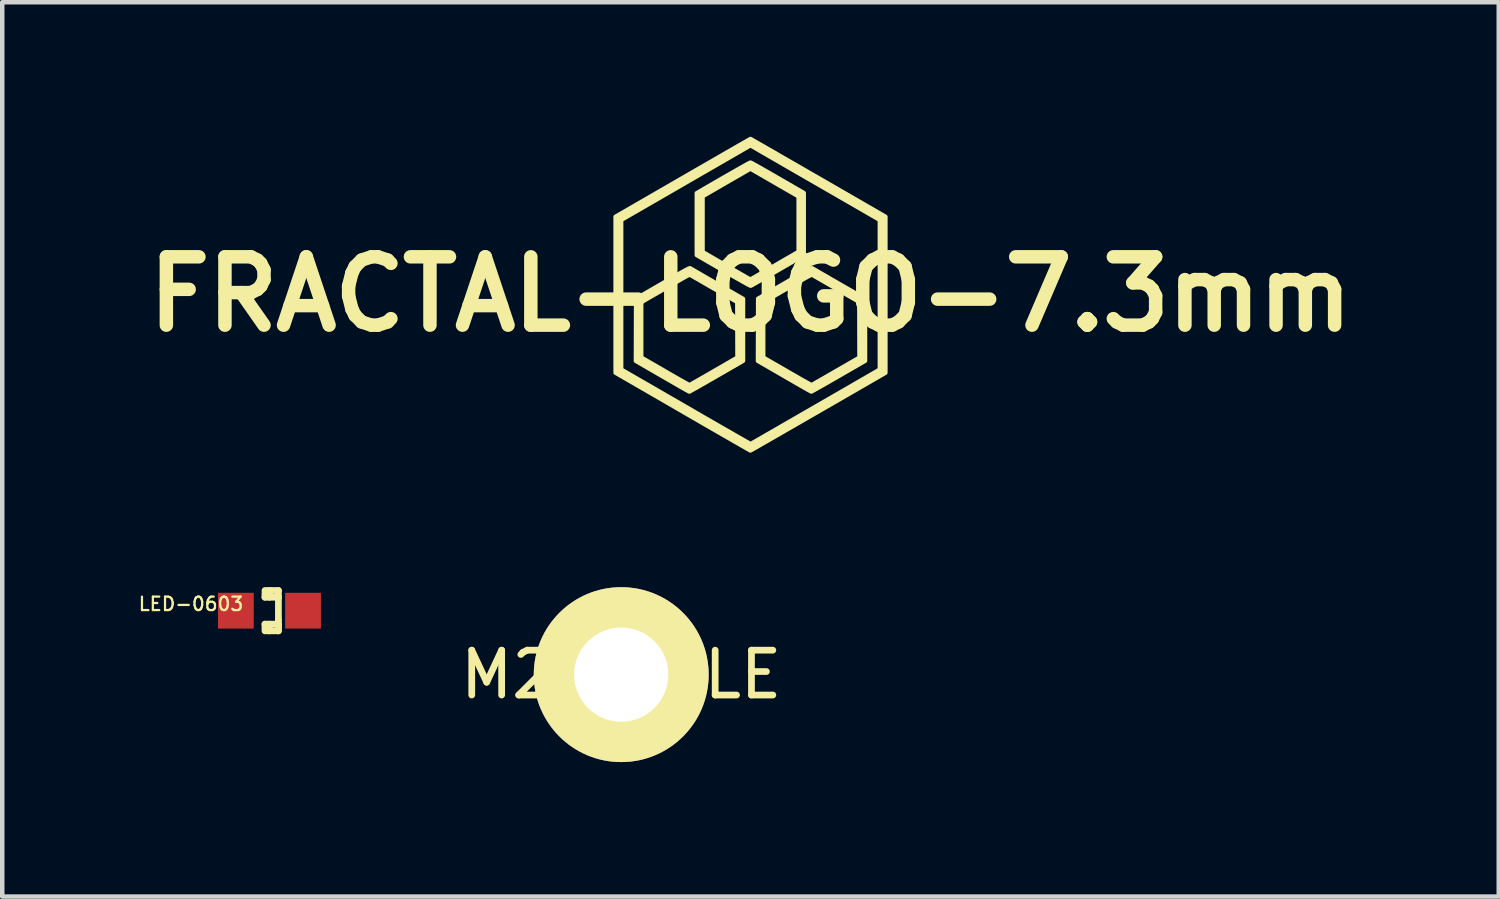
<source format=kicad_pcb>
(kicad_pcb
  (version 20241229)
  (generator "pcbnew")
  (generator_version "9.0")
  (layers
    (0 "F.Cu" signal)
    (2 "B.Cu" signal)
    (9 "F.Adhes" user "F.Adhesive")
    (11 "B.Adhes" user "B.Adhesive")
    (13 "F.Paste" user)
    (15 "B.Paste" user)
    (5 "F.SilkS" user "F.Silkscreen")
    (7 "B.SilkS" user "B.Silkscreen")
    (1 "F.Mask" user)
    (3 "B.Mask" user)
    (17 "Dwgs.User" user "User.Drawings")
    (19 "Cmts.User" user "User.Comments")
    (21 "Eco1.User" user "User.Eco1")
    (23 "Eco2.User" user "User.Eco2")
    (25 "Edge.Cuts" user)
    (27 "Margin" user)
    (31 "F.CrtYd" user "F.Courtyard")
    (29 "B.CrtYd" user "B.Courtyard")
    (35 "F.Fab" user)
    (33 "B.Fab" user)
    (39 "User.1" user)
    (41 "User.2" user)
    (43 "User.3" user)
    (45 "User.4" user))
  (footprint "LED-0603"
    (layer "F.Cu")
    (at 2.959 10.569)
    (property "Reference" "LED-0603" (at -1.75 -0.15 0) (layer "F.SilkS") (effects (font (size 0.3 0.3) (thickness 0.05))))
    (attr smd)
    (fp_line (start -0.1 -0.45) (end 0.2 -0.45) (stroke (width 0.15) (type solid)) (layer "F.SilkS"))
    (fp_line (start -0.1 -0.3) (end -0.1 -0.4) (stroke (width 0.15) (type solid)) (layer "F.SilkS"))
    (fp_line (start -0.1 -0.3) (end 0.2 -0.3) (stroke (width 0.15) (type solid)) (layer "F.SilkS"))
    (fp_line (start -0.1 0.3) (end 0.2 0.3) (stroke (width 0.15) (type solid)) (layer "F.SilkS"))
    (fp_line (start -0.1 0.3) (end -0.1 0.4) (stroke (width 0.15) (type solid)) (layer "F.SilkS"))
    (fp_line (start -0.1 0.45) (end 0.2 0.45) (stroke (width 0.15) (type solid)) (layer "F.SilkS"))
    (fp_line (start 0 -0.45) (end 0 -0.3) (stroke (width 0.15) (type solid)) (layer "F.SilkS"))
    (fp_line (start 0 0.3) (end 0 0.45) (stroke (width 0.15) (type solid)) (layer "F.SilkS"))
    (fp_line (start 0.2 -0.45) (end 0.2 -0.3) (stroke (width 0.15) (type solid)) (layer "F.SilkS"))
    (fp_line (start 0.2 0.3) (end 0.2 0.45) (stroke (width 0.15) (type solid)) (layer "F.SilkS"))
    (fp_line (start 0.2 -0.3) (end 0.2 0.2) (stroke (width 0.15) (type solid)) (layer "F.SilkS"))
    (fp_line (start 0.2 0.2) (end 0.2 0.4) (stroke (width 0.15) (type solid)) (layer "F.SilkS"))
    (pad "1" smd rect (at -0.749 0) (size 0.798 0.798) (layers "F.Cu" "F.Mask" "F.Paste"))
    (pad "2" smd rect (at 0.749 0) (size 0.798 0.798) (layers "F.Cu" "F.Mask" "F.Paste")))
  (footprint "FRACTAL-LOGO-7.3mm"
    (layer "F.Cu")
    (at 13.687 3.512)
    (property "Reference" "FRACTAL-LOGO-7.3mm" (at 0 0 0) (layer "F.SilkS") (effects (font (size 1.524 1.524) (thickness 0.3))))
    (attr through_hole)
    (fp_poly (pts (xy 1.187 -0.87) (xy 1.074 -0.805) (xy 1.074 -0.946) (xy 1.074 -1.564) (xy 1.074 -2.182) (xy 0.536 -2.492) (xy -0.001 -2.803) (xy -0.14 -2.723) (xy -0.172 -2.704) (xy -0.215 -2.679) (xy -0.267 -2.649) (xy -0.327 -2.615) (xy -0.393 -2.577) (xy -0.464 -2.536) (xy -0.537 -2.494) (xy -0.612 -2.451) (xy -0.675 -2.414) (xy -1.07 -2.185) (xy -1.07 -1.564) (xy -1.07 -0.942) (xy -0.541 -0.635) (xy -0.46 -0.588) (xy -0.383 -0.544) (xy -0.311 -0.502) (xy -0.244 -0.464) (xy -0.183 -0.429) (xy -0.13 -0.398) (xy -0.085 -0.372) (xy -0.049 -0.352) (xy -0.023 -0.337) (xy -0.008 -0.329) (xy -0.005 -0.327) (xy 0.002 -0.331) (xy 0.021 -0.341) (xy 0.051 -0.357) (xy 0.09 -0.379) (xy 0.138 -0.407) (xy 0.194 -0.439) (xy 0.257 -0.475) (xy 0.326 -0.514) (xy 0.4 -0.557) (xy 0.479 -0.602) (xy 0.538 -0.636) (xy 1.074 -0.946) (xy 1.074 -0.805) (xy 0.602 -0.532) (xy 0.518 -0.483) (xy 0.436 -0.436) (xy 0.359 -0.391) (xy 0.287 -0.35) (xy 0.221 -0.313) (xy 0.162 -0.279) (xy 0.111 -0.25) (xy 0.069 -0.226) (xy 0.037 -0.208) (xy 0.015 -0.196) (xy 0.004 -0.191) (xy 0.004 -0.191) (xy -0.005 -0.194) (xy -0.027 -0.205) (xy -0.06 -0.222) (xy -0.105 -0.247) (xy -0.162 -0.278) (xy -0.23 -0.317) (xy -0.309 -0.362) (xy -0.4 -0.413) (xy -0.501 -0.471) (xy -0.604 -0.531) (xy -1.197 -0.874) (xy -1.197 -1.564) (xy -1.197 -2.254) (xy -0.608 -2.595) (xy -0.506 -2.653) (xy -0.412 -2.707) (xy -0.326 -2.756) (xy -0.249 -2.8) (xy -0.182 -2.838) (xy -0.124 -2.87) (xy -0.077 -2.896) (xy -0.04 -2.916) (xy -0.015 -2.929) (xy -0.002 -2.935) (xy 0 -2.935) (xy 0.009 -2.931) (xy 0.03 -2.921) (xy 0.061 -2.904) (xy 0.103 -2.881) (xy 0.153 -2.853) (xy 0.212 -2.82) (xy 0.279 -2.782) (xy 0.352 -2.74) (xy 0.431 -2.695) (xy 0.515 -2.647) (xy 0.602 -2.596) (xy 1.187 -2.258) (xy 1.187 -1.564) (xy 1.187 -0.87)) (stroke (width 0.1) (type solid)) (fill yes) (layer "F.SilkS"))
    (fp_poly (pts (xy 2.555 0.103) (xy 2.554 0.794) (xy 2.554 1.484) (xy 2.431 1.555) (xy 2.431 1.414) (xy 2.429 0.793) (xy 2.428 0.171) (xy 1.909 -0.129) (xy 1.829 -0.175) (xy 1.752 -0.219) (xy 1.68 -0.261) (xy 1.613 -0.3) (xy 1.552 -0.335) (xy 1.499 -0.365) (xy 1.454 -0.391) (xy 1.418 -0.412) (xy 1.392 -0.427) (xy 1.377 -0.435) (xy 1.374 -0.437) (xy 1.37 -0.438) (xy 1.364 -0.437) (xy 1.354 -0.433) (xy 1.341 -0.427) (xy 1.322 -0.419) (xy 1.298 -0.406) (xy 1.268 -0.39) (xy 1.231 -0.369) (xy 1.186 -0.344) (xy 1.132 -0.314) (xy 1.069 -0.277) (xy 0.996 -0.235) (xy 0.911 -0.187) (xy 0.82 -0.134) (xy 0.283 0.176) (xy 0.283 0.794) (xy 0.283 1.412) (xy 0.818 1.721) (xy 0.899 1.768) (xy 0.977 1.812) (xy 1.05 1.854) (xy 1.117 1.893) (xy 1.179 1.928) (xy 1.233 1.958) (xy 1.279 1.984) (xy 1.316 2.004) (xy 1.342 2.019) (xy 1.358 2.027) (xy 1.362 2.028) (xy 1.37 2.024) (xy 1.389 2.013) (xy 1.419 1.997) (xy 1.458 1.974) (xy 1.507 1.946) (xy 1.563 1.914) (xy 1.626 1.878) (xy 1.695 1.838) (xy 1.77 1.795) (xy 1.848 1.75) (xy 1.901 1.719) (xy 2.431 1.414) (xy 2.431 1.555) (xy 1.96 1.827) (xy 1.875 1.876) (xy 1.793 1.923) (xy 1.715 1.968) (xy 1.643 2.009) (xy 1.576 2.047) (xy 1.517 2.08) (xy 1.466 2.109) (xy 1.423 2.133) (xy 1.39 2.151) (xy 1.368 2.163) (xy 1.357 2.169) (xy 1.356 2.169) (xy 1.348 2.165) (xy 1.329 2.155) (xy 1.299 2.138) (xy 1.259 2.116) (xy 1.21 2.088) (xy 1.153 2.055) (xy 1.089 2.019) (xy 1.018 1.978) (xy 0.942 1.934) (xy 0.862 1.888) (xy 0.777 1.839) (xy 0.757 1.827) (xy 0.167 1.486) (xy 0.169 0.793) (xy 0.171 0.1) (xy 0.765 -0.244) (xy 0.866 -0.302) (xy 0.954 -0.353) (xy 1.032 -0.398) (xy 1.099 -0.436) (xy 1.157 -0.469) (xy 1.206 -0.497) (xy 1.247 -0.52) (xy 1.28 -0.538) (xy 1.307 -0.552) (xy 1.329 -0.563) (xy 1.345 -0.571) (xy 1.357 -0.576) (xy 1.365 -0.579) (xy 1.371 -0.579) (xy 1.375 -0.578) (xy 1.375 -0.578) (xy 1.383 -0.573) (xy 1.403 -0.561) (xy 1.434 -0.544) (xy 1.475 -0.52) (xy 1.524 -0.491) (xy 1.582 -0.458) (xy 1.647 -0.421) (xy 1.718 -0.38) (xy 1.794 -0.335) (xy 1.875 -0.289) (xy 1.959 -0.24) (xy 1.972 -0.233) (xy 2.555 0.103)) (stroke (width 0.1) (type solid)) (fill yes) (layer "F.SilkS"))
    (fp_poly (pts (xy -0.167 0.104) (xy -0.167 0.794) (xy -0.167 1.484) (xy -0.29 1.555) (xy -0.29 1.413) (xy -0.292 0.793) (xy -0.294 0.172) (xy -0.813 -0.128) (xy -0.893 -0.174) (xy -0.969 -0.218) (xy -1.042 -0.26) (xy -1.109 -0.299) (xy -1.169 -0.334) (xy -1.223 -0.364) (xy -1.268 -0.39) (xy -1.304 -0.411) (xy -1.33 -0.426) (xy -1.345 -0.434) (xy -1.348 -0.436) (xy -1.351 -0.437) (xy -1.357 -0.437) (xy -1.366 -0.434) (xy -1.378 -0.429) (xy -1.395 -0.421) (xy -1.417 -0.41) (xy -1.445 -0.395) (xy -1.479 -0.376) (xy -1.522 -0.352) (xy -1.572 -0.323) (xy -1.632 -0.289) (xy -1.702 -0.249) (xy -1.782 -0.203) (xy -1.875 -0.15) (xy -1.901 -0.134) (xy -2.438 0.176) (xy -2.438 0.794) (xy -2.438 1.412) (xy -1.903 1.721) (xy -1.822 1.768) (xy -1.745 1.813) (xy -1.672 1.854) (xy -1.604 1.893) (xy -1.543 1.928) (xy -1.488 1.958) (xy -1.443 1.984) (xy -1.406 2.004) (xy -1.379 2.019) (xy -1.363 2.027) (xy -1.359 2.028) (xy -1.351 2.024) (xy -1.332 2.013) (xy -1.302 1.996) (xy -1.262 1.974) (xy -1.214 1.946) (xy -1.158 1.914) (xy -1.094 1.877) (xy -1.025 1.838) (xy -0.951 1.795) (xy -0.872 1.75) (xy -0.82 1.719) (xy -0.29 1.413) (xy -0.29 1.555) (xy -0.761 1.827) (xy -0.847 1.876) (xy -0.929 1.923) (xy -1.006 1.968) (xy -1.079 2.009) (xy -1.145 2.047) (xy -1.204 2.081) (xy -1.256 2.109) (xy -1.298 2.133) (xy -1.331 2.151) (xy -1.353 2.164) (xy -1.364 2.169) (xy -1.365 2.169) (xy -1.373 2.166) (xy -1.392 2.155) (xy -1.422 2.138) (xy -1.462 2.116) (xy -1.511 2.088) (xy -1.568 2.056) (xy -1.632 2.019) (xy -1.703 1.978) (xy -1.779 1.934) (xy -1.86 1.888) (xy -1.944 1.839) (xy -1.965 1.827) (xy -2.555 1.486) (xy -2.553 0.793) (xy -2.551 0.1) (xy -1.956 -0.244) (xy -1.856 -0.302) (xy -1.767 -0.353) (xy -1.69 -0.398) (xy -1.622 -0.436) (xy -1.565 -0.469) (xy -1.516 -0.497) (xy -1.475 -0.52) (xy -1.441 -0.538) (xy -1.414 -0.552) (xy -1.393 -0.563) (xy -1.377 -0.571) (xy -1.365 -0.576) (xy -1.356 -0.579) (xy -1.351 -0.579) (xy -1.347 -0.578) (xy -1.346 -0.578) (xy -1.338 -0.573) (xy -1.318 -0.561) (xy -1.287 -0.544) (xy -1.247 -0.52) (xy -1.197 -0.491) (xy -1.14 -0.458) (xy -1.075 -0.42) (xy -1.004 -0.379) (xy -0.927 -0.335) (xy -0.847 -0.289) (xy -0.762 -0.24) (xy -0.749 -0.232) (xy -0.167 0.104)) (stroke (width 0.1) (type solid)) (fill yes) (layer "F.SilkS"))
    (fp_poly (pts (xy 3.008 1.75) (xy 2.885 1.821) (xy 2.885 1.68) (xy 2.885 0.011) (xy 2.885 -1.658) (xy 1.442 -2.49) (xy -0.000239 -3.323) (xy -1.442 -2.491) (xy -2.885 -1.658) (xy -2.885 0.011) (xy -2.885 1.68) (xy -1.444 2.512) (xy -1.31 2.589) (xy -1.18 2.665) (xy -1.054 2.738) (xy -0.931 2.808) (xy -0.814 2.876) (xy -0.703 2.94) (xy -0.597 3.001) (xy -0.498 3.057) (xy -0.406 3.11) (xy -0.322 3.158) (xy -0.247 3.201) (xy -0.18 3.239) (xy -0.123 3.272) (xy -0.075 3.299) (xy -0.039 3.319) (xy -0.013 3.334) (xy 0.001 3.341) (xy 0.004 3.342) (xy 0.011 3.338) (xy 0.029 3.328) (xy 0.06 3.31) (xy 0.101 3.287) (xy 0.152 3.257) (xy 0.214 3.222) (xy 0.284 3.181) (xy 0.363 3.135) (xy 0.451 3.085) (xy 0.545 3.031) (xy 0.647 2.972) (xy 0.755 2.909) (xy 0.869 2.844) (xy 0.989 2.775) (xy 1.113 2.703) (xy 1.241 2.629) (xy 1.373 2.553) (xy 1.448 2.51) (xy 2.885 1.68) (xy 2.885 1.821) (xy 1.507 2.617) (xy 1.37 2.696) (xy 1.237 2.772) (xy 1.108 2.847) (xy 0.983 2.919) (xy 0.862 2.988) (xy 0.748 3.054) (xy 0.639 3.117) (xy 0.537 3.175) (xy 0.442 3.23) (xy 0.355 3.28) (xy 0.275 3.325) (xy 0.205 3.366) (xy 0.144 3.401) (xy 0.093 3.43) (xy 0.052 3.453) (xy 0.022 3.47) (xy 0.004 3.48) (xy -0.003 3.483) (xy -0.01 3.479) (xy -0.028 3.469) (xy -0.059 3.451) (xy -0.1 3.428) (xy -0.152 3.398) (xy -0.214 3.363) (xy -0.284 3.322) (xy -0.364 3.277) (xy -0.452 3.226) (xy -0.547 3.171) (xy -0.649 3.113) (xy -0.758 3.05) (xy -0.873 2.984) (xy -0.994 2.914) (xy -1.119 2.842) (xy -1.248 2.767) (xy -1.382 2.69) (xy -1.509 2.616) (xy -3.008 1.75) (xy -3.008 0.011) (xy -3.008 -1.728) (xy -1.507 -2.595) (xy -1.37 -2.674) (xy -1.237 -2.751) (xy -1.108 -2.825) (xy -0.983 -2.897) (xy -0.863 -2.966) (xy -0.748 -3.032) (xy -0.64 -3.095) (xy -0.538 -3.154) (xy -0.443 -3.208) (xy -0.356 -3.258) (xy -0.277 -3.304) (xy -0.207 -3.344) (xy -0.146 -3.379) (xy -0.095 -3.408) (xy -0.054 -3.431) (xy -0.024 -3.448) (xy -0.006 -3.458) (xy -0.00027 -3.462) (xy 0.006 -3.458) (xy 0.025 -3.448) (xy 0.055 -3.43) (xy 0.096 -3.407) (xy 0.148 -3.377) (xy 0.209 -3.342) (xy 0.28 -3.302) (xy 0.359 -3.256) (xy 0.447 -3.206) (xy 0.542 -3.151) (xy 0.644 -3.092) (xy 0.753 -3.029) (xy 0.868 -2.963) (xy 0.988 -2.894) (xy 1.113 -2.822) (xy 1.243 -2.747) (xy 1.376 -2.67) (xy 1.507 -2.595) (xy 3.008 -1.728) (xy 3.008 0.011) (xy 3.008 1.75)) (stroke (width 0.1) (type solid)) (fill yes) (layer "F.SilkS")))
  (footprint "M2-HOLE"
    (layer "F.Cu")
    (at 10.804 11.995)
    (property "Reference" "M2-HOLE" (at 0 0 0) (layer "F.SilkS") (effects (font (size 1 1) (thickness 0.15))))
    (attr through_hole)
    (pad "" np_thru_hole circle (at 0 0) (size 3.9 3.9) (drill 2.1) (layers "*.Cu" "*.Mask" "F.SilkS")))
  (gr_rect
    (start -3 -3)
    (end 30.374 16.945)
    (stroke (width 0.1) (type default))
    (fill no)
    (layer "Edge.Cuts")))
</source>
